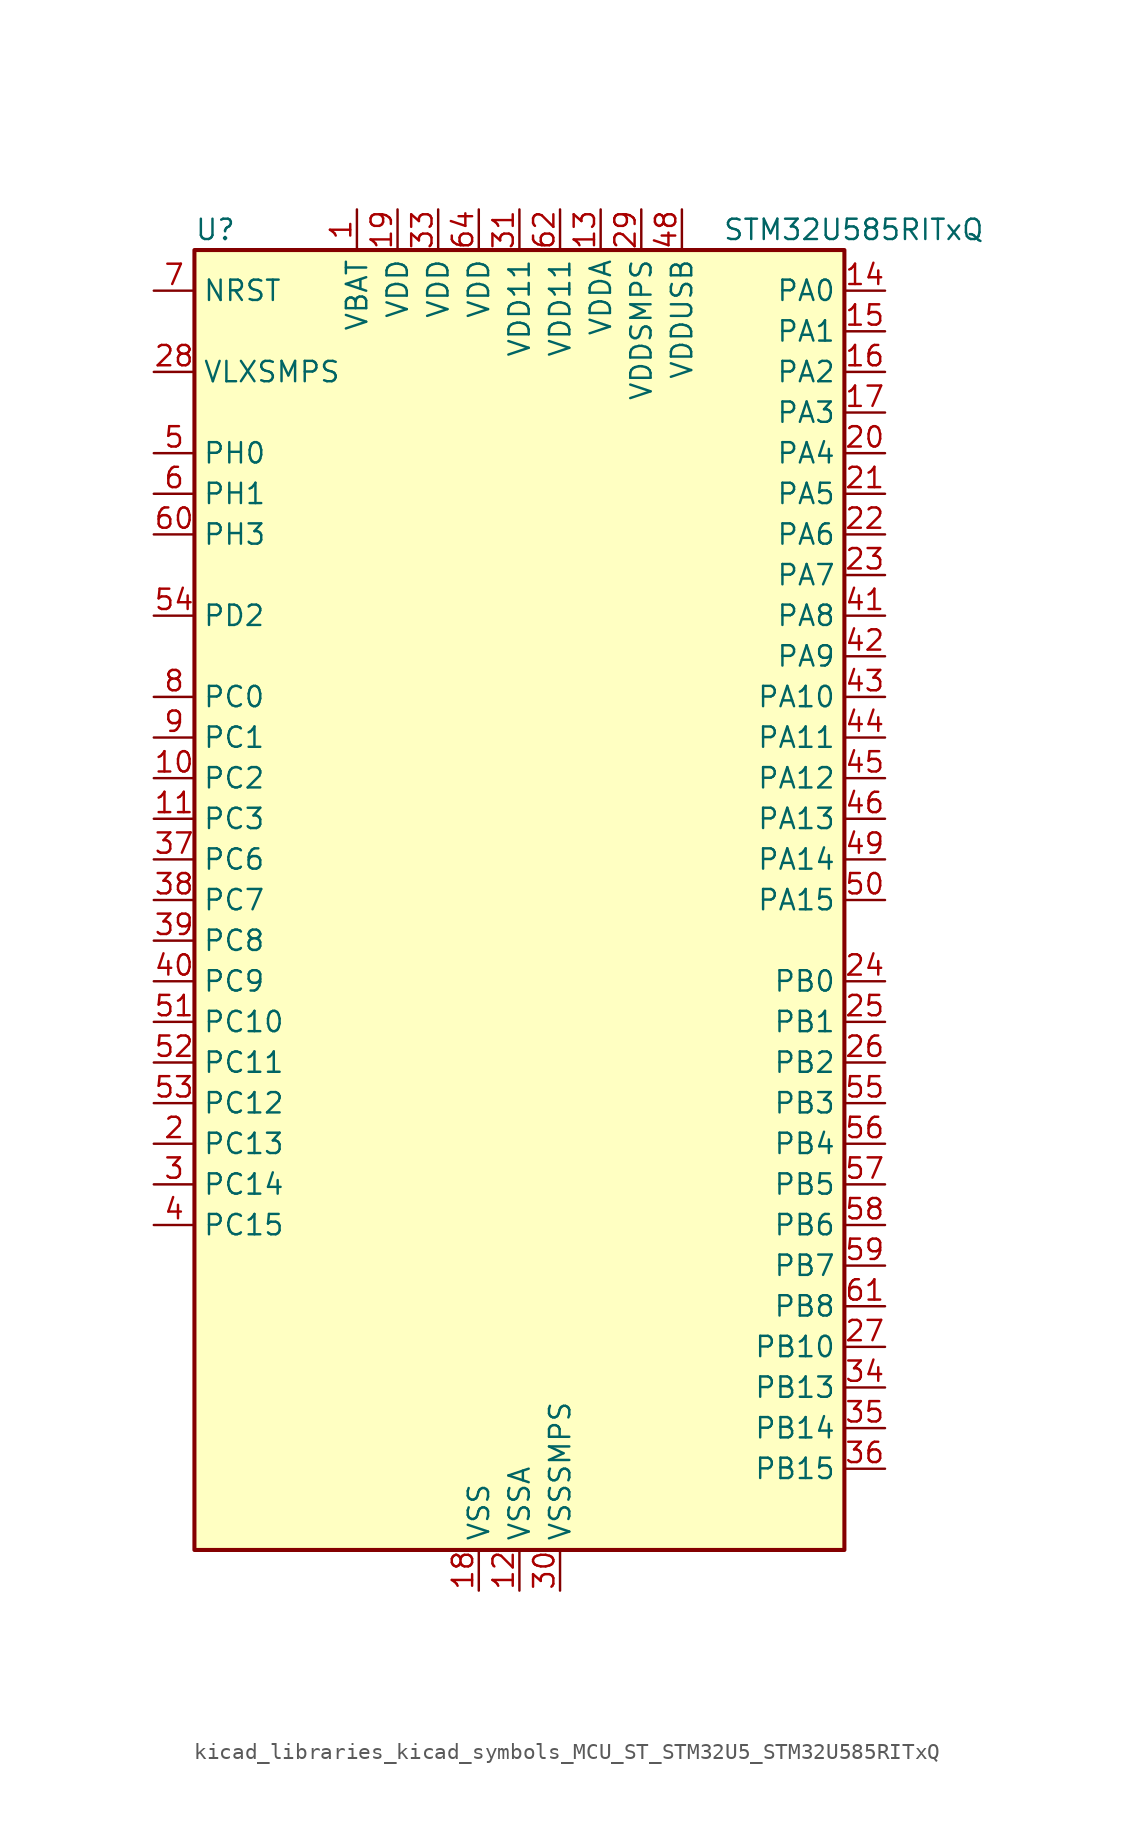
<source format=kicad_sym>
(kicad_symbol_lib
  (version 20220914)
  (generator kicad_symbol_editor)
  (symbol "kicad_libraries_kicad_symbols_MCU_ST_STM32U5_STM32U585RITxQ"
    (property "Reference" "U"
      (at -20.32 41.91 0)
      (effects (font (size 1.27 1.27)) (justify left)))
    (property "Value" "STM32U585RITxQ"
      (at 12.7 41.91 0)
      (effects (font (size 1.27 1.27)) (justify left)))
    (property "ki_locked" ""
      (at 0 0 0)
      (effects (font (size 1.27 1.27))))
    (symbol "kicad_libraries_kicad_symbols_MCU_ST_STM32U5_STM32U585RITxQ_0_1"
      (rectangle (start -20.32 -40.64) (end 20.32 40.64) (stroke (width 0.254) (type default)) (fill (type background))))
    (symbol "kicad_libraries_kicad_symbols_MCU_ST_STM32U5_STM32U585RITxQ_1_1"
      (pin power_in line (at -10.16 43.18 270) (length 2.54) (name "VBAT" (effects (font (size 1.27 1.27)))) (number "1" (effects (font (size 1.27 1.27)))))
      (pin bidirectional line (at -22.86 7.62 0) (length 2.54) (name "PC2" (effects (font (size 1.27 1.27)))) (number "10" (effects (font (size 1.27 1.27)))) (alternate "ADC1_IN3" bidirectional line) (alternate "ADC4_IN3" bidirectional line) (alternate "LPTIM1_IN2" bidirectional line) (alternate "MDF1_CCK1" bidirectional line) (alternate "OCTOSPIM_P1_IO5" bidirectional line) (alternate "SPI2_MISO" bidirectional line))
      (pin bidirectional line (at -22.86 5.08 0) (length 2.54) (name "PC3" (effects (font (size 1.27 1.27)))) (number "11" (effects (font (size 1.27 1.27)))) (alternate "ADC1_IN4" bidirectional line) (alternate "ADC4_IN4" bidirectional line) (alternate "LPTIM1_ETR" bidirectional line) (alternate "LPTIM2_ETR" bidirectional line) (alternate "LPTIM3_CH1" bidirectional line) (alternate "OCTOSPIM_P1_IO6" bidirectional line) (alternate "SAI1_D1" bidirectional line) (alternate "SAI1_SD_A" bidirectional line) (alternate "SPI2_MOSI" bidirectional line))
      (pin power_in line (at 0 -43.18 90) (length 2.54) (name "VSSA" (effects (font (size 1.27 1.27)))) (number "12" (effects (font (size 1.27 1.27)))))
      (pin power_in line (at 5.08 43.18 270) (length 2.54) (name "VDDA" (effects (font (size 1.27 1.27)))) (number "13" (effects (font (size 1.27 1.27)))))
      (pin bidirectional line (at 22.86 38.1 180) (length 2.54) (name "PA0" (effects (font (size 1.27 1.27)))) (number "14" (effects (font (size 1.27 1.27)))) (alternate "ADC1_IN5" bidirectional line) (alternate "AUDIOCLK" bidirectional line) (alternate "OCTOSPIM_P2_NCS" bidirectional line) (alternate "OPAMP1_VINP" bidirectional line) (alternate "PWR_WKUP1" bidirectional line) (alternate "SDMMC2_CMD" bidirectional line) (alternate "SPI3_RDY" bidirectional line) (alternate "TAMP_IN2" bidirectional line) (alternate "TAMP_OUT1" bidirectional line) (alternate "TIM2_CH1" bidirectional line) (alternate "TIM2_ETR" bidirectional line) (alternate "TIM5_CH1" bidirectional line) (alternate "TIM8_ETR" bidirectional line) (alternate "UART4_TX" bidirectional line) (alternate "USART2_CTS" bidirectional line))
      (pin bidirectional line (at 22.86 35.56 180) (length 2.54) (name "PA1" (effects (font (size 1.27 1.27)))) (number "15" (effects (font (size 1.27 1.27)))) (alternate "ADC1_IN6" bidirectional line) (alternate "I2C1_SMBA" bidirectional line) (alternate "LPTIM1_CH2" bidirectional line) (alternate "OCTOSPIM_P1_DQS" bidirectional line) (alternate "OPAMP1_VINM" bidirectional line) (alternate "PWR_WKUP3" bidirectional line) (alternate "SPI1_SCK" bidirectional line) (alternate "TAMP_IN5" bidirectional line) (alternate "TAMP_OUT4" bidirectional line) (alternate "TIM15_CH1N" bidirectional line) (alternate "TIM2_CH2" bidirectional line) (alternate "TIM5_CH2" bidirectional line) (alternate "UART4_RX" bidirectional line) (alternate "USART2_DE" bidirectional line) (alternate "USART2_RTS" bidirectional line))
      (pin bidirectional line (at 22.86 33.02 180) (length 2.54) (name "PA2" (effects (font (size 1.27 1.27)))) (number "16" (effects (font (size 1.27 1.27)))) (alternate "ADC1_IN7" bidirectional line) (alternate "COMP1_INP" bidirectional line) (alternate "LPUART1_TX" bidirectional line) (alternate "OCTOSPIM_P1_NCS" bidirectional line) (alternate "PWR_WKUP4" bidirectional line) (alternate "RCC_LSCO" bidirectional line) (alternate "SPI1_RDY" bidirectional line) (alternate "TIM15_CH1" bidirectional line) (alternate "TIM2_CH3" bidirectional line) (alternate "TIM5_CH3" bidirectional line) (alternate "UCPD1_FRSTX1" bidirectional line) (alternate "USART2_TX" bidirectional line))
      (pin bidirectional line (at 22.86 30.48 180) (length 2.54) (name "PA3" (effects (font (size 1.27 1.27)))) (number "17" (effects (font (size 1.27 1.27)))) (alternate "ADC1_IN8" bidirectional line) (alternate "LPUART1_RX" bidirectional line) (alternate "OCTOSPIM_P1_CLK" bidirectional line) (alternate "OPAMP1_VOUT" bidirectional line) (alternate "PWR_WKUP5" bidirectional line) (alternate "SAI1_CK1" bidirectional line) (alternate "SAI1_MCLK_A" bidirectional line) (alternate "TIM15_CH2" bidirectional line) (alternate "TIM2_CH4" bidirectional line) (alternate "TIM5_CH4" bidirectional line) (alternate "USART2_RX" bidirectional line))
      (pin power_in line (at -2.54 -43.18 90) (length 2.54) (name "VSS" (effects (font (size 1.27 1.27)))) (number "18" (effects (font (size 1.27 1.27)))))
      (pin power_in line (at -7.62 43.18 270) (length 2.54) (name "VDD" (effects (font (size 1.27 1.27)))) (number "19" (effects (font (size 1.27 1.27)))))
      (pin bidirectional line (at -22.86 -15.24 0) (length 2.54) (name "PC13" (effects (font (size 1.27 1.27)))) (number "2" (effects (font (size 1.27 1.27)))) (alternate "PWR_WKUP2" bidirectional line) (alternate "RTC_OUT1" bidirectional line) (alternate "RTC_TS" bidirectional line) (alternate "TAMP_IN1" bidirectional line) (alternate "TAMP_OUT2" bidirectional line))
      (pin bidirectional line (at 22.86 27.94 180) (length 2.54) (name "PA4" (effects (font (size 1.27 1.27)))) (number "20" (effects (font (size 1.27 1.27)))) (alternate "ADC1_IN9" bidirectional line) (alternate "ADC4_IN9" bidirectional line) (alternate "DAC1_OUT1" bidirectional line) (alternate "LPTIM2_CH1" bidirectional line) (alternate "OCTOSPIM_P1_NCS" bidirectional line) (alternate "PWR_WKUP2" bidirectional line) (alternate "SAI1_FS_B" bidirectional line) (alternate "SPI1_NSS" bidirectional line) (alternate "SPI3_NSS" bidirectional line) (alternate "USART2_CK" bidirectional line))
      (pin bidirectional line (at 22.86 25.4 180) (length 2.54) (name "PA5" (effects (font (size 1.27 1.27)))) (number "21" (effects (font (size 1.27 1.27)))) (alternate "ADC1_IN10" bidirectional line) (alternate "ADC4_IN10" bidirectional line) (alternate "DAC1_OUT2" bidirectional line) (alternate "LPTIM2_ETR" bidirectional line) (alternate "PWR_CSLEEP" bidirectional line) (alternate "PWR_WKUP6" bidirectional line) (alternate "SPI1_SCK" bidirectional line) (alternate "TIM2_CH1" bidirectional line) (alternate "TIM2_ETR" bidirectional line) (alternate "TIM8_CH1N" bidirectional line) (alternate "USART3_RX" bidirectional line))
      (pin bidirectional line (at 22.86 22.86 180) (length 2.54) (name "PA6" (effects (font (size 1.27 1.27)))) (number "22" (effects (font (size 1.27 1.27)))) (alternate "ADC1_IN11" bidirectional line) (alternate "ADC4_IN11" bidirectional line) (alternate "LPUART1_CTS" bidirectional line) (alternate "OCTOSPIM_P1_IO3" bidirectional line) (alternate "OPAMP2_VINP" bidirectional line) (alternate "PWR_CDSTOP" bidirectional line) (alternate "PWR_WKUP7" bidirectional line) (alternate "SPI1_MISO" bidirectional line) (alternate "TIM16_CH1" bidirectional line) (alternate "TIM1_BKIN" bidirectional line) (alternate "TIM3_CH1" bidirectional line) (alternate "TIM8_BKIN" bidirectional line) (alternate "USART3_CTS" bidirectional line))
      (pin bidirectional line (at 22.86 20.32 180) (length 2.54) (name "PA7" (effects (font (size 1.27 1.27)))) (number "23" (effects (font (size 1.27 1.27)))) (alternate "ADC1_IN12" bidirectional line) (alternate "ADC4_IN20" bidirectional line) (alternate "I2C3_SCL" bidirectional line) (alternate "LPTIM2_CH2" bidirectional line) (alternate "OCTOSPIM_P1_IO2" bidirectional line) (alternate "OPAMP2_VINM" bidirectional line) (alternate "PWR_SRDSTOP" bidirectional line) (alternate "PWR_WKUP8" bidirectional line) (alternate "SPI1_MOSI" bidirectional line) (alternate "TIM17_CH1" bidirectional line) (alternate "TIM1_CH1N" bidirectional line) (alternate "TIM3_CH2" bidirectional line) (alternate "TIM8_CH1N" bidirectional line) (alternate "USART3_TX" bidirectional line))
      (pin bidirectional line (at 22.86 -5.08 180) (length 2.54) (name "PB0" (effects (font (size 1.27 1.27)))) (number "24" (effects (font (size 1.27 1.27)))) (alternate "ADC1_IN15" bidirectional line) (alternate "ADC4_IN18" bidirectional line) (alternate "AUDIOCLK" bidirectional line) (alternate "COMP1_OUT" bidirectional line) (alternate "LPTIM3_CH1" bidirectional line) (alternate "OCTOSPIM_P1_IO1" bidirectional line) (alternate "OPAMP2_VOUT" bidirectional line) (alternate "SPI1_NSS" bidirectional line) (alternate "TIM1_CH2N" bidirectional line) (alternate "TIM3_CH3" bidirectional line) (alternate "TIM8_CH2N" bidirectional line) (alternate "USART3_CK" bidirectional line))
      (pin bidirectional line (at 22.86 -7.62 180) (length 2.54) (name "PB1" (effects (font (size 1.27 1.27)))) (number "25" (effects (font (size 1.27 1.27)))) (alternate "ADC1_IN16" bidirectional line) (alternate "ADC4_IN19" bidirectional line) (alternate "COMP1_INM" bidirectional line) (alternate "LPTIM2_IN1" bidirectional line) (alternate "LPTIM3_CH2" bidirectional line) (alternate "LPUART1_DE" bidirectional line) (alternate "LPUART1_RTS" bidirectional line) (alternate "MDF1_SDI0" bidirectional line) (alternate "OCTOSPIM_P1_IO0" bidirectional line) (alternate "PWR_WKUP4" bidirectional line) (alternate "TIM1_CH3N" bidirectional line) (alternate "TIM3_CH4" bidirectional line) (alternate "TIM8_CH3N" bidirectional line) (alternate "USART3_DE" bidirectional line) (alternate "USART3_RTS" bidirectional line))
      (pin bidirectional line (at 22.86 -10.16 180) (length 2.54) (name "PB2" (effects (font (size 1.27 1.27)))) (number "26" (effects (font (size 1.27 1.27)))) (alternate "ADC1_IN17" bidirectional line) (alternate "COMP1_INP" bidirectional line) (alternate "I2C3_SMBA" bidirectional line) (alternate "LPTIM1_CH1" bidirectional line) (alternate "MDF1_CKI0" bidirectional line) (alternate "OCTOSPIM_P1_DQS" bidirectional line) (alternate "PWR_WKUP1" bidirectional line) (alternate "RTC_OUT2" bidirectional line) (alternate "SPI1_RDY" bidirectional line) (alternate "TIM8_CH4N" bidirectional line) (alternate "UCPD1_FRSTX1" bidirectional line))
      (pin bidirectional line (at 22.86 -27.94 180) (length 2.54) (name "PB10" (effects (font (size 1.27 1.27)))) (number "27" (effects (font (size 1.27 1.27)))) (alternate "COMP1_OUT" bidirectional line) (alternate "I2C2_SCL" bidirectional line) (alternate "I2C4_SCL" bidirectional line) (alternate "LPTIM3_CH1" bidirectional line) (alternate "LPUART1_RX" bidirectional line) (alternate "OCTOSPIM_P1_CLK" bidirectional line) (alternate "PWR_WKUP8" bidirectional line) (alternate "SAI1_SCK_A" bidirectional line) (alternate "SPI2_SCK" bidirectional line) (alternate "TIM2_CH3" bidirectional line) (alternate "TSC_SYNC" bidirectional line) (alternate "USART3_TX" bidirectional line))
      (pin power_in line (at -22.86 33.02 0) (length 2.54) (name "VLXSMPS" (effects (font (size 1.27 1.27)))) (number "28" (effects (font (size 1.27 1.27)))))
      (pin power_in line (at 7.62 43.18 270) (length 2.54) (name "VDDSMPS" (effects (font (size 1.27 1.27)))) (number "29" (effects (font (size 1.27 1.27)))))
      (pin bidirectional line (at -22.86 -17.78 0) (length 2.54) (name "PC14" (effects (font (size 1.27 1.27)))) (number "3" (effects (font (size 1.27 1.27)))) (alternate "RCC_OSC32_IN" bidirectional line))
      (pin power_in line (at 2.54 -43.18 90) (length 2.54) (name "VSSSMPS" (effects (font (size 1.27 1.27)))) (number "30" (effects (font (size 1.27 1.27)))))
      (pin power_in line (at 0 43.18 270) (length 2.54) (name "VDD11" (effects (font (size 1.27 1.27)))) (number "31" (effects (font (size 1.27 1.27)))))
      (pin passive line (at -2.54 -43.18 90) (length 2.54) hide (name "VSS" (effects (font (size 1.27 1.27)))) (number "32" (effects (font (size 1.27 1.27)))))
      (pin power_in line (at -5.08 43.18 270) (length 2.54) (name "VDD" (effects (font (size 1.27 1.27)))) (number "33" (effects (font (size 1.27 1.27)))))
      (pin bidirectional line (at 22.86 -30.48 180) (length 2.54) (name "PB13" (effects (font (size 1.27 1.27)))) (number "34" (effects (font (size 1.27 1.27)))) (alternate "I2C2_SCL" bidirectional line) (alternate "LPTIM3_IN1" bidirectional line) (alternate "LPUART1_CTS" bidirectional line) (alternate "MDF1_CKI1" bidirectional line) (alternate "SPI2_SCK" bidirectional line) (alternate "TIM15_CH1N" bidirectional line) (alternate "TIM1_CH1N" bidirectional line) (alternate "TSC_G1_IO2" bidirectional line) (alternate "USART3_CTS" bidirectional line))
      (pin bidirectional line (at 22.86 -33.02 180) (length 2.54) (name "PB14" (effects (font (size 1.27 1.27)))) (number "35" (effects (font (size 1.27 1.27)))) (alternate "I2C2_SDA" bidirectional line) (alternate "LPTIM3_ETR" bidirectional line) (alternate "MDF1_SDI2" bidirectional line) (alternate "SDMMC2_D0" bidirectional line) (alternate "SPI2_MISO" bidirectional line) (alternate "TIM15_CH1" bidirectional line) (alternate "TIM1_CH2N" bidirectional line) (alternate "TIM8_CH2N" bidirectional line) (alternate "TSC_G1_IO3" bidirectional line) (alternate "UCPD1_DBCC2" bidirectional line) (alternate "USART3_DE" bidirectional line) (alternate "USART3_RTS" bidirectional line))
      (pin bidirectional line (at 22.86 -35.56 180) (length 2.54) (name "PB15" (effects (font (size 1.27 1.27)))) (number "36" (effects (font (size 1.27 1.27)))) (alternate "ADC1_EXTI15" bidirectional line) (alternate "ADC4_EXTI15" bidirectional line) (alternate "LPTIM2_IN2" bidirectional line) (alternate "MDF1_CKI2" bidirectional line) (alternate "PWR_WKUP7" bidirectional line) (alternate "RTC_REFIN" bidirectional line) (alternate "SDMMC2_D1" bidirectional line) (alternate "SPI2_MOSI" bidirectional line) (alternate "TIM15_CH2" bidirectional line) (alternate "TIM1_CH3N" bidirectional line) (alternate "TIM8_CH3N" bidirectional line) (alternate "UCPD1_CC2" bidirectional line))
      (pin bidirectional line (at -22.86 2.54 0) (length 2.54) (name "PC6" (effects (font (size 1.27 1.27)))) (number "37" (effects (font (size 1.27 1.27)))) (alternate "MDF1_CKI3" bidirectional line) (alternate "PWR_CSLEEP" bidirectional line) (alternate "SDMMC1_D0DIR" bidirectional line) (alternate "SDMMC1_D6" bidirectional line) (alternate "SDMMC2_D6" bidirectional line) (alternate "TIM3_CH1" bidirectional line) (alternate "TIM8_CH1" bidirectional line) (alternate "TSC_G4_IO1" bidirectional line))
      (pin bidirectional line (at -22.86 0 0) (length 2.54) (name "PC7" (effects (font (size 1.27 1.27)))) (number "38" (effects (font (size 1.27 1.27)))) (alternate "LPTIM2_CH2" bidirectional line) (alternate "MDF1_SDI3" bidirectional line) (alternate "PWR_CDSTOP" bidirectional line) (alternate "SDMMC1_D123DIR" bidirectional line) (alternate "SDMMC1_D7" bidirectional line) (alternate "SDMMC2_D7" bidirectional line) (alternate "TIM3_CH2" bidirectional line) (alternate "TIM8_CH2" bidirectional line) (alternate "TSC_G4_IO2" bidirectional line))
      (pin bidirectional line (at -22.86 -2.54 0) (length 2.54) (name "PC8" (effects (font (size 1.27 1.27)))) (number "39" (effects (font (size 1.27 1.27)))) (alternate "LPTIM3_CH1" bidirectional line) (alternate "PWR_SRDSTOP" bidirectional line) (alternate "SDMMC1_D0" bidirectional line) (alternate "TIM3_CH3" bidirectional line) (alternate "TIM8_CH3" bidirectional line) (alternate "TSC_G4_IO3" bidirectional line))
      (pin bidirectional line (at -22.86 -20.32 0) (length 2.54) (name "PC15" (effects (font (size 1.27 1.27)))) (number "4" (effects (font (size 1.27 1.27)))) (alternate "ADC1_EXTI15" bidirectional line) (alternate "ADC4_EXTI15" bidirectional line) (alternate "RCC_OSC32_OUT" bidirectional line))
      (pin bidirectional line (at -22.86 -5.08 0) (length 2.54) (name "PC9" (effects (font (size 1.27 1.27)))) (number "40" (effects (font (size 1.27 1.27)))) (alternate "DAC1_EXTI9" bidirectional line) (alternate "DEBUG_TRACED0" bidirectional line) (alternate "LPTIM3_CH2" bidirectional line) (alternate "SDMMC1_D1" bidirectional line) (alternate "TIM3_CH4" bidirectional line) (alternate "TIM8_BKIN2" bidirectional line) (alternate "TIM8_CH4" bidirectional line) (alternate "TSC_G4_IO4" bidirectional line) (alternate "USB_OTG_FS_NOE" bidirectional line))
      (pin bidirectional line (at 22.86 17.78 180) (length 2.54) (name "PA8" (effects (font (size 1.27 1.27)))) (number "41" (effects (font (size 1.27 1.27)))) (alternate "DEBUG_TRACECLK" bidirectional line) (alternate "LPTIM2_CH1" bidirectional line) (alternate "RCC_MCO" bidirectional line) (alternate "SAI1_CK2" bidirectional line) (alternate "SAI1_SCK_A" bidirectional line) (alternate "SPI1_RDY" bidirectional line) (alternate "TIM1_CH1" bidirectional line) (alternate "USART1_CK" bidirectional line) (alternate "USB_OTG_FS_SOF" bidirectional line))
      (pin bidirectional line (at 22.86 15.24 180) (length 2.54) (name "PA9" (effects (font (size 1.27 1.27)))) (number "42" (effects (font (size 1.27 1.27)))) (alternate "DAC1_EXTI9" bidirectional line) (alternate "SAI1_FS_A" bidirectional line) (alternate "SPI2_SCK" bidirectional line) (alternate "TIM15_BKIN" bidirectional line) (alternate "TIM1_CH2" bidirectional line) (alternate "USART1_TX" bidirectional line) (alternate "USB_OTG_FS_VBUS" bidirectional line))
      (pin bidirectional line (at 22.86 12.7 180) (length 2.54) (name "PA10" (effects (font (size 1.27 1.27)))) (number "43" (effects (font (size 1.27 1.27)))) (alternate "CRS_SYNC" bidirectional line) (alternate "LPTIM2_IN2" bidirectional line) (alternate "SAI1_D1" bidirectional line) (alternate "SAI1_SD_A" bidirectional line) (alternate "TIM17_BKIN" bidirectional line) (alternate "TIM1_CH3" bidirectional line) (alternate "USART1_RX" bidirectional line) (alternate "USB_OTG_FS_ID" bidirectional line))
      (pin bidirectional line (at 22.86 10.16 180) (length 2.54) (name "PA11" (effects (font (size 1.27 1.27)))) (number "44" (effects (font (size 1.27 1.27)))) (alternate "ADC1_EXTI11" bidirectional line) (alternate "FDCAN1_RX" bidirectional line) (alternate "SPI1_MISO" bidirectional line) (alternate "TIM1_BKIN2" bidirectional line) (alternate "TIM1_CH4" bidirectional line) (alternate "USART1_CTS" bidirectional line) (alternate "USB_OTG_FS_DM" bidirectional line))
      (pin bidirectional line (at 22.86 7.62 180) (length 2.54) (name "PA12" (effects (font (size 1.27 1.27)))) (number "45" (effects (font (size 1.27 1.27)))) (alternate "FDCAN1_TX" bidirectional line) (alternate "OCTOSPIM_P2_NCS" bidirectional line) (alternate "SPI1_MOSI" bidirectional line) (alternate "TIM1_ETR" bidirectional line) (alternate "USART1_DE" bidirectional line) (alternate "USART1_RTS" bidirectional line) (alternate "USB_OTG_FS_DP" bidirectional line))
      (pin bidirectional line (at 22.86 5.08 180) (length 2.54) (name "PA13" (effects (font (size 1.27 1.27)))) (number "46" (effects (font (size 1.27 1.27)))) (alternate "DEBUG_JTMS-SWDIO" bidirectional line) (alternate "IR_OUT" bidirectional line) (alternate "SAI1_SD_B" bidirectional line) (alternate "USB_OTG_FS_NOE" bidirectional line))
      (pin passive line (at -2.54 -43.18 90) (length 2.54) hide (name "VSS" (effects (font (size 1.27 1.27)))) (number "47" (effects (font (size 1.27 1.27)))))
      (pin power_in line (at 10.16 43.18 270) (length 2.54) (name "VDDUSB" (effects (font (size 1.27 1.27)))) (number "48" (effects (font (size 1.27 1.27)))))
      (pin bidirectional line (at 22.86 2.54 180) (length 2.54) (name "PA14" (effects (font (size 1.27 1.27)))) (number "49" (effects (font (size 1.27 1.27)))) (alternate "DEBUG_JTCK-SWCLK" bidirectional line) (alternate "I2C1_SMBA" bidirectional line) (alternate "I2C4_SMBA" bidirectional line) (alternate "LPTIM1_CH1" bidirectional line) (alternate "SAI1_FS_B" bidirectional line) (alternate "USB_OTG_FS_SOF" bidirectional line))
      (pin bidirectional line (at -22.86 27.94 0) (length 2.54) (name "PH0" (effects (font (size 1.27 1.27)))) (number "5" (effects (font (size 1.27 1.27)))) (alternate "RCC_OSC_IN" bidirectional line))
      (pin bidirectional line (at 22.86 0 180) (length 2.54) (name "PA15" (effects (font (size 1.27 1.27)))) (number "50" (effects (font (size 1.27 1.27)))) (alternate "ADC1_EXTI15" bidirectional line) (alternate "ADC4_EXTI15" bidirectional line) (alternate "DEBUG_JTDI" bidirectional line) (alternate "SPI1_NSS" bidirectional line) (alternate "SPI3_NSS" bidirectional line) (alternate "TIM2_CH1" bidirectional line) (alternate "TIM2_ETR" bidirectional line) (alternate "UART4_DE" bidirectional line) (alternate "UART4_RTS" bidirectional line) (alternate "UCPD1_CC1" bidirectional line) (alternate "USART2_RX" bidirectional line) (alternate "USART3_DE" bidirectional line) (alternate "USART3_RTS" bidirectional line))
      (pin bidirectional line (at -22.86 -7.62 0) (length 2.54) (name "PC10" (effects (font (size 1.27 1.27)))) (number "51" (effects (font (size 1.27 1.27)))) (alternate "ADF1_CCK1" bidirectional line) (alternate "DEBUG_TRACED1" bidirectional line) (alternate "LPTIM3_ETR" bidirectional line) (alternate "SDMMC1_D2" bidirectional line) (alternate "SPI3_SCK" bidirectional line) (alternate "TSC_G3_IO2" bidirectional line) (alternate "UART4_TX" bidirectional line) (alternate "USART3_TX" bidirectional line))
      (pin bidirectional line (at -22.86 -10.16 0) (length 2.54) (name "PC11" (effects (font (size 1.27 1.27)))) (number "52" (effects (font (size 1.27 1.27)))) (alternate "ADC1_EXTI11" bidirectional line) (alternate "ADF1_SDI0" bidirectional line) (alternate "LPTIM3_IN1" bidirectional line) (alternate "OCTOSPIM_P1_NCS" bidirectional line) (alternate "SDMMC1_D3" bidirectional line) (alternate "SPI3_MISO" bidirectional line) (alternate "TSC_G3_IO3" bidirectional line) (alternate "UART4_RX" bidirectional line) (alternate "UCPD1_FRSTX2" bidirectional line) (alternate "USART3_RX" bidirectional line))
      (pin bidirectional line (at -22.86 -12.7 0) (length 2.54) (name "PC12" (effects (font (size 1.27 1.27)))) (number "53" (effects (font (size 1.27 1.27)))) (alternate "DEBUG_TRACED3" bidirectional line) (alternate "SDMMC1_CK" bidirectional line) (alternate "SPI3_MOSI" bidirectional line) (alternate "TSC_G3_IO4" bidirectional line) (alternate "UART5_TX" bidirectional line) (alternate "USART3_CK" bidirectional line))
      (pin bidirectional line (at -22.86 17.78 0) (length 2.54) (name "PD2" (effects (font (size 1.27 1.27)))) (number "54" (effects (font (size 1.27 1.27)))) (alternate "DEBUG_TRACED2" bidirectional line) (alternate "LPTIM4_ETR" bidirectional line) (alternate "SDMMC1_CMD" bidirectional line) (alternate "TIM3_ETR" bidirectional line) (alternate "TSC_SYNC" bidirectional line) (alternate "UART5_RX" bidirectional line) (alternate "USART3_DE" bidirectional line) (alternate "USART3_RTS" bidirectional line))
      (pin bidirectional line (at 22.86 -12.7 180) (length 2.54) (name "PB3" (effects (font (size 1.27 1.27)))) (number "55" (effects (font (size 1.27 1.27)))) (alternate "ADF1_CCK0" bidirectional line) (alternate "COMP2_INM" bidirectional line) (alternate "CRS_SYNC" bidirectional line) (alternate "DEBUG_JTDO-SWO" bidirectional line) (alternate "I2C1_SDA" bidirectional line) (alternate "LPTIM1_CH1" bidirectional line) (alternate "SAI1_SCK_B" bidirectional line) (alternate "SDMMC2_D2" bidirectional line) (alternate "SPI1_SCK" bidirectional line) (alternate "SPI3_SCK" bidirectional line) (alternate "TIM2_CH2" bidirectional line) (alternate "USART1_DE" bidirectional line) (alternate "USART1_RTS" bidirectional line))
      (pin bidirectional line (at 22.86 -15.24 180) (length 2.54) (name "PB4" (effects (font (size 1.27 1.27)))) (number "56" (effects (font (size 1.27 1.27)))) (alternate "ADF1_SDI0" bidirectional line) (alternate "COMP2_INP" bidirectional line) (alternate "DEBUG_JTRST" bidirectional line) (alternate "I2C3_SDA" bidirectional line) (alternate "LPTIM1_CH2" bidirectional line) (alternate "SAI1_MCLK_B" bidirectional line) (alternate "SDMMC2_D3" bidirectional line) (alternate "SPI1_MISO" bidirectional line) (alternate "SPI3_MISO" bidirectional line) (alternate "TIM17_BKIN" bidirectional line) (alternate "TIM3_CH1" bidirectional line) (alternate "TSC_G2_IO1" bidirectional line) (alternate "UART5_DE" bidirectional line) (alternate "UART5_RTS" bidirectional line) (alternate "USART1_CTS" bidirectional line))
      (pin bidirectional line (at 22.86 -17.78 180) (length 2.54) (name "PB5" (effects (font (size 1.27 1.27)))) (number "57" (effects (font (size 1.27 1.27)))) (alternate "COMP2_OUT" bidirectional line) (alternate "I2C1_SMBA" bidirectional line) (alternate "LPTIM1_IN1" bidirectional line) (alternate "OCTOSPIM_P1_NCLK" bidirectional line) (alternate "PWR_WKUP6" bidirectional line) (alternate "SAI1_SD_B" bidirectional line) (alternate "SPI1_MOSI" bidirectional line) (alternate "SPI3_MOSI" bidirectional line) (alternate "TIM16_BKIN" bidirectional line) (alternate "TIM3_CH2" bidirectional line) (alternate "TSC_G2_IO2" bidirectional line) (alternate "UART5_CTS" bidirectional line) (alternate "UCPD1_DBCC1" bidirectional line) (alternate "USART1_CK" bidirectional line))
      (pin bidirectional line (at 22.86 -20.32 180) (length 2.54) (name "PB6" (effects (font (size 1.27 1.27)))) (number "58" (effects (font (size 1.27 1.27)))) (alternate "COMP2_INP" bidirectional line) (alternate "I2C1_SCL" bidirectional line) (alternate "I2C4_SCL" bidirectional line) (alternate "LPTIM1_ETR" bidirectional line) (alternate "MDF1_SDI5" bidirectional line) (alternate "PWR_WKUP3" bidirectional line) (alternate "SAI1_FS_B" bidirectional line) (alternate "TIM16_CH1N" bidirectional line) (alternate "TIM4_CH1" bidirectional line) (alternate "TIM8_BKIN2" bidirectional line) (alternate "TSC_G2_IO3" bidirectional line) (alternate "USART1_TX" bidirectional line))
      (pin bidirectional line (at 22.86 -22.86 180) (length 2.54) (name "PB7" (effects (font (size 1.27 1.27)))) (number "59" (effects (font (size 1.27 1.27)))) (alternate "COMP2_INM" bidirectional line) (alternate "I2C1_SDA" bidirectional line) (alternate "I2C4_SDA" bidirectional line) (alternate "LPTIM1_IN2" bidirectional line) (alternate "MDF1_CKI5" bidirectional line) (alternate "PWR_PVD_IN" bidirectional line) (alternate "PWR_WKUP4" bidirectional line) (alternate "TIM17_CH1N" bidirectional line) (alternate "TIM4_CH2" bidirectional line) (alternate "TIM8_BKIN" bidirectional line) (alternate "TSC_G2_IO4" bidirectional line) (alternate "UART4_CTS" bidirectional line) (alternate "USART1_RX" bidirectional line))
      (pin bidirectional line (at -22.86 25.4 0) (length 2.54) (name "PH1" (effects (font (size 1.27 1.27)))) (number "6" (effects (font (size 1.27 1.27)))) (alternate "RCC_OSC_OUT" bidirectional line))
      (pin bidirectional line (at -22.86 22.86 0) (length 2.54) (name "PH3" (effects (font (size 1.27 1.27)))) (number "60" (effects (font (size 1.27 1.27)))))
      (pin bidirectional line (at 22.86 -25.4 180) (length 2.54) (name "PB8" (effects (font (size 1.27 1.27)))) (number "61" (effects (font (size 1.27 1.27)))) (alternate "FDCAN1_RX" bidirectional line) (alternate "I2C1_SCL" bidirectional line) (alternate "MDF1_CCK0" bidirectional line) (alternate "PWR_WKUP5" bidirectional line) (alternate "SAI1_CK1" bidirectional line) (alternate "SAI1_MCLK_A" bidirectional line) (alternate "SDMMC1_CKIN" bidirectional line) (alternate "SDMMC1_D4" bidirectional line) (alternate "SDMMC2_D4" bidirectional line) (alternate "SPI3_RDY" bidirectional line) (alternate "TIM16_CH1" bidirectional line) (alternate "TIM4_CH3" bidirectional line))
      (pin power_in line (at 2.54 43.18 270) (length 2.54) (name "VDD11" (effects (font (size 1.27 1.27)))) (number "62" (effects (font (size 1.27 1.27)))))
      (pin passive line (at -2.54 -43.18 90) (length 2.54) hide (name "VSS" (effects (font (size 1.27 1.27)))) (number "63" (effects (font (size 1.27 1.27)))))
      (pin power_in line (at -2.54 43.18 270) (length 2.54) (name "VDD" (effects (font (size 1.27 1.27)))) (number "64" (effects (font (size 1.27 1.27)))))
      (pin input line (at -22.86 38.1 0) (length 2.54) (name "NRST" (effects (font (size 1.27 1.27)))) (number "7" (effects (font (size 1.27 1.27)))))
      (pin bidirectional line (at -22.86 12.7 0) (length 2.54) (name "PC0" (effects (font (size 1.27 1.27)))) (number "8" (effects (font (size 1.27 1.27)))) (alternate "ADC1_IN1" bidirectional line) (alternate "ADC4_IN1" bidirectional line) (alternate "I2C3_SCL" bidirectional line) (alternate "LPTIM1_IN1" bidirectional line) (alternate "LPTIM2_IN1" bidirectional line) (alternate "LPUART1_RX" bidirectional line) (alternate "MDF1_SDI4" bidirectional line) (alternate "OCTOSPIM_P1_IO7" bidirectional line) (alternate "SDMMC1_D5" bidirectional line) (alternate "SPI2_RDY" bidirectional line))
      (pin bidirectional line (at -22.86 10.16 0) (length 2.54) (name "PC1" (effects (font (size 1.27 1.27)))) (number "9" (effects (font (size 1.27 1.27)))) (alternate "ADC1_IN2" bidirectional line) (alternate "ADC4_IN2" bidirectional line) (alternate "DEBUG_TRACED0" bidirectional line) (alternate "I2C3_SDA" bidirectional line) (alternate "LPTIM1_CH1" bidirectional line) (alternate "LPUART1_TX" bidirectional line) (alternate "MDF1_CKI4" bidirectional line) (alternate "OCTOSPIM_P1_IO4" bidirectional line) (alternate "SAI1_SD_A" bidirectional line) (alternate "SDMMC2_CK" bidirectional line) (alternate "SPI2_MOSI" bidirectional line)))))
</source>
